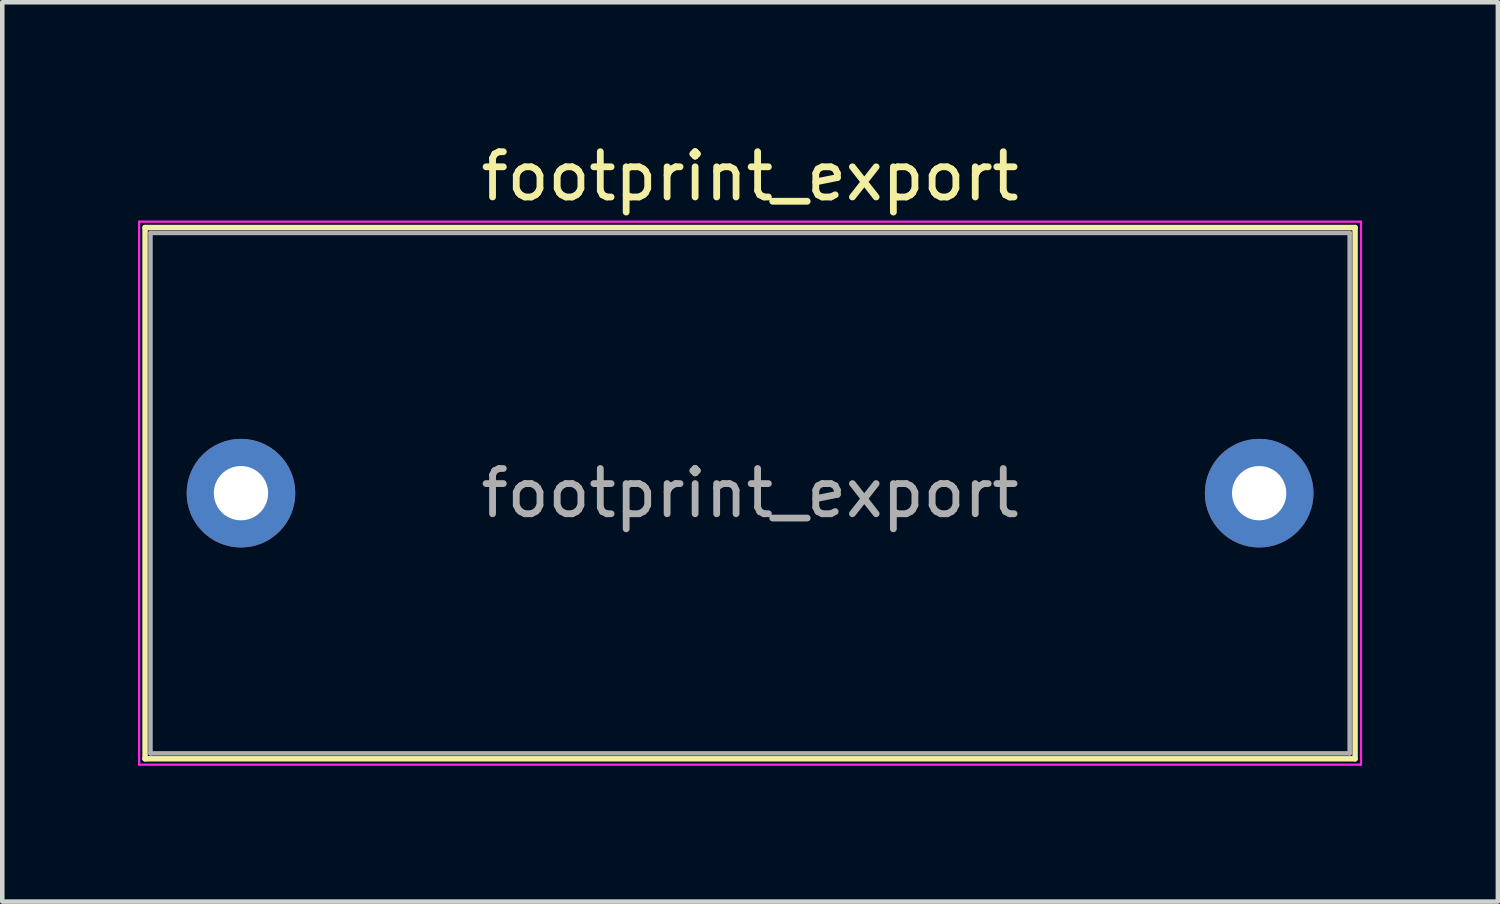
<source format=kicad_pcb>
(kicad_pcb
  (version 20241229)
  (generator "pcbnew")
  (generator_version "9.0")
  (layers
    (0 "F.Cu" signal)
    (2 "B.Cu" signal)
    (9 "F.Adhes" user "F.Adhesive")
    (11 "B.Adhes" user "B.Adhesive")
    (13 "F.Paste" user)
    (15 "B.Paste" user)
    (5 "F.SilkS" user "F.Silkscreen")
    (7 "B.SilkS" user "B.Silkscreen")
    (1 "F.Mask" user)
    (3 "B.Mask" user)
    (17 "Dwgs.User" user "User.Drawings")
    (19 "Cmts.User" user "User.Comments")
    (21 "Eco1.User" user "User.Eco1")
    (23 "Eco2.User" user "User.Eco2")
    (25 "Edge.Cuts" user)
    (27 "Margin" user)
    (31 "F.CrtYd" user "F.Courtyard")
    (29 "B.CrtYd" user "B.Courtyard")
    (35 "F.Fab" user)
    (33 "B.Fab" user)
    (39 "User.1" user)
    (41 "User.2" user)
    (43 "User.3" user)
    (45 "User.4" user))
  (footprint "footprint_export"
    (layer "F.Cu")
    (at 2.275 7.848)
    (property "Reference" "footprint_export" (at 11.25 -7 0) (layer "F.SilkS") (effects (font (size 1 1) (thickness 0.15))))
    (attr through_hole)
    (fp_line (start -2.12 -5.87) (end -2.12 5.87) (stroke (width 0.12) (type solid)) (layer "F.SilkS"))
    (fp_line (start -2.12 -5.87) (end 24.62 -5.87) (stroke (width 0.12) (type solid)) (layer "F.SilkS"))
    (fp_line (start -2.12 5.87) (end 24.62 5.87) (stroke (width 0.12) (type solid)) (layer "F.SilkS"))
    (fp_line (start 24.62 -5.87) (end 24.62 5.87) (stroke (width 0.12) (type solid)) (layer "F.SilkS"))
    (fp_line (start -2.25 -6) (end -2.25 6) (stroke (width 0.05) (type solid)) (layer "F.CrtYd"))
    (fp_line (start -2.25 6) (end 24.75 6) (stroke (width 0.05) (type solid)) (layer "F.CrtYd"))
    (fp_line (start 24.75 -6) (end -2.25 -6) (stroke (width 0.05) (type solid)) (layer "F.CrtYd"))
    (fp_line (start 24.75 6) (end 24.75 -6) (stroke (width 0.05) (type solid)) (layer "F.CrtYd"))
    (fp_line (start -2 -5.75) (end -2 5.75) (stroke (width 0.1) (type solid)) (layer "F.Fab"))
    (fp_line (start -2 5.75) (end 24.5 5.75) (stroke (width 0.1) (type solid)) (layer "F.Fab"))
    (fp_line (start 24.5 -5.75) (end -2 -5.75) (stroke (width 0.1) (type solid)) (layer "F.Fab"))
    (fp_line (start 24.5 5.75) (end 24.5 -5.75) (stroke (width 0.1) (type solid)) (layer "F.Fab"))
    (fp_text user "${REFERENCE}" (at 11.25 0 0) (layer "F.Fab") (effects (font (size 1 1) (thickness 0.15))))
    (pad "1" thru_hole circle (at 0 0) (size 2.4 2.4) (drill 1.2) (layers "*.Cu" "*.Mask"))
    (pad "2" thru_hole circle (at 22.5 0) (size 2.4 2.4) (drill 1.2) (layers "*.Cu" "*.Mask")))
  (gr_rect
    (start -3 -3)
    (end 30.05 16.873)
    (stroke (width 0.1) (type default))
    (fill no)
    (layer "Edge.Cuts")))
</source>
